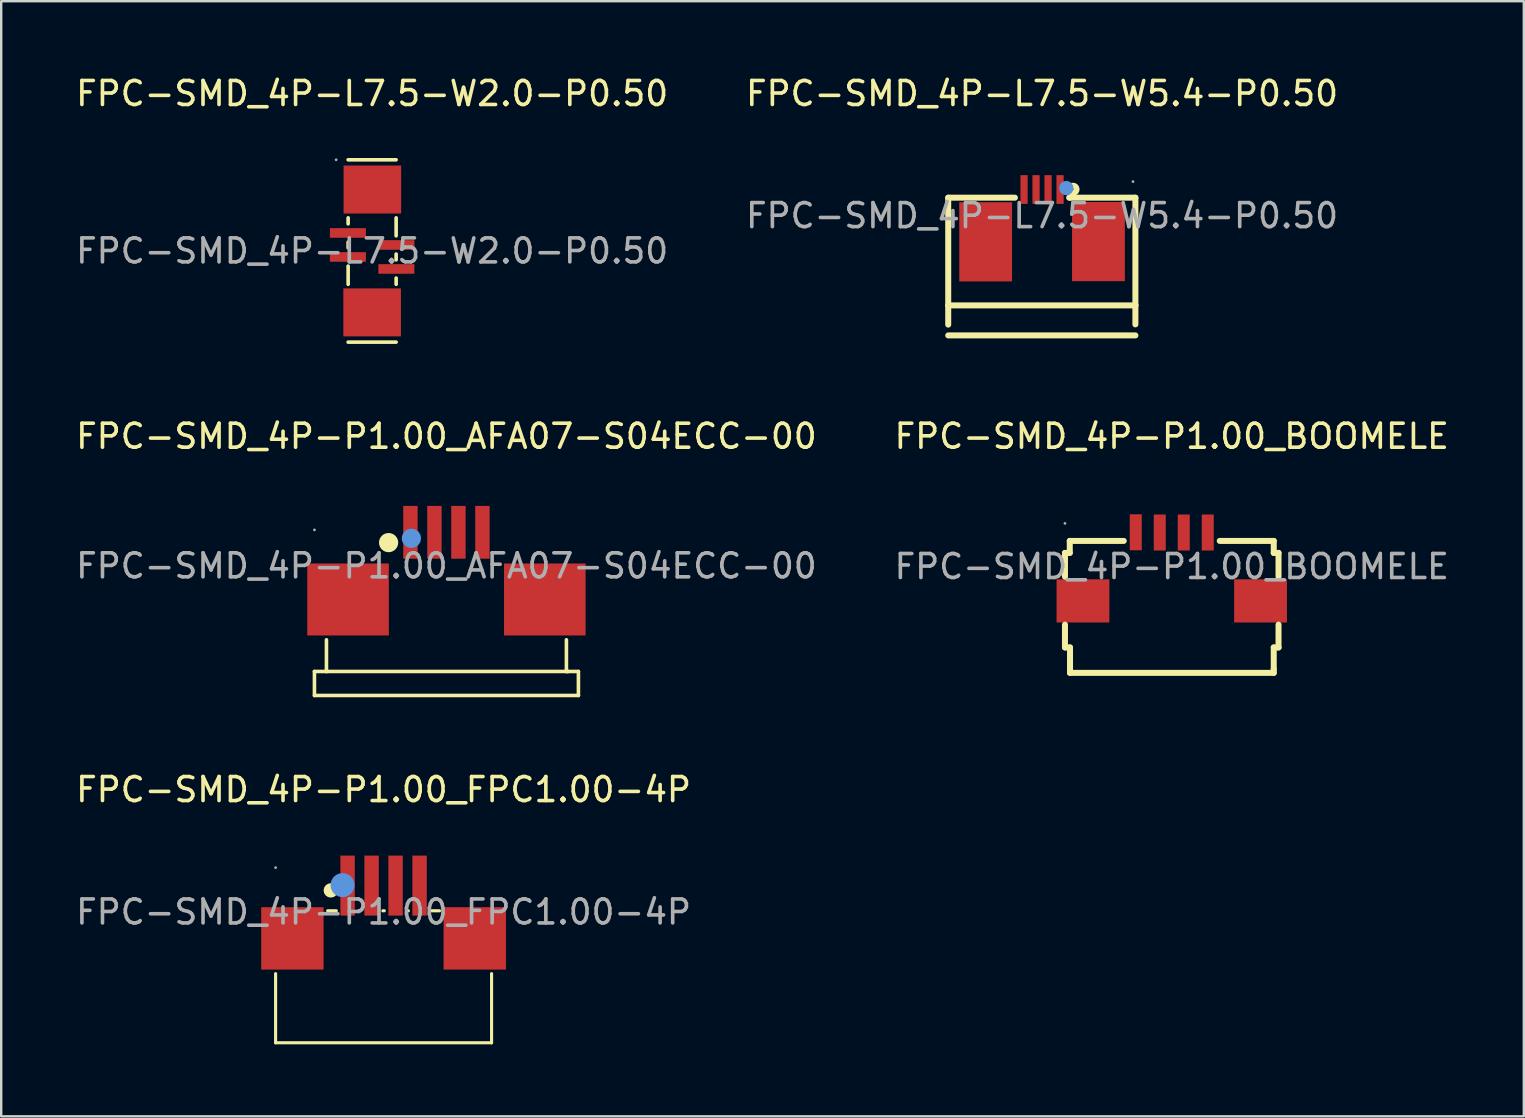
<source format=kicad_pcb>
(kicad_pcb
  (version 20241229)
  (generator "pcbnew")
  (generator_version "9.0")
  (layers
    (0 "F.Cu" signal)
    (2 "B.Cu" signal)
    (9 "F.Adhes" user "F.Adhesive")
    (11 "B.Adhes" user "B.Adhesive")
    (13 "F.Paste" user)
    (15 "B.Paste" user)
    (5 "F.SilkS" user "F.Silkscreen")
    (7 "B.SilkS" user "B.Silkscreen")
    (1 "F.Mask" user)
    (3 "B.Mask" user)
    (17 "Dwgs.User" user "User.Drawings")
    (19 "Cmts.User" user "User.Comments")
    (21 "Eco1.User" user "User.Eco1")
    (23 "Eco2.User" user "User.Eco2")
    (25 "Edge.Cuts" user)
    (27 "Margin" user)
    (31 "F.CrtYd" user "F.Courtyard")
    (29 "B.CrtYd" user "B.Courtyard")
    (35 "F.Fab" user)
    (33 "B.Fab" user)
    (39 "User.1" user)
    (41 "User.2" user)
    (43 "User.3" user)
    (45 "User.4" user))
  (footprint "FPC-SMD_4P-L7.5-W2.0-P0.50"
    (layer "F.Cu")
    (at 12.458 7.408)
    (property "Reference" "FPC-SMD_4P-L7.5-W2.0-P0.50" (at 0 -6.56 0) (layer "F.SilkS") (effects (font (size 1 1) (thickness 0.15))))
    (attr through_hole)
    (fp_line (start -1 -1.38) (end -1 -1.13) (stroke (width 0.15) (type solid)) (layer "F.SilkS"))
    (fp_line (start -1 -0.37) (end -1 -0.13) (stroke (width 0.15) (type solid)) (layer "F.SilkS"))
    (fp_line (start -1 0.63) (end -1 1.39) (stroke (width 0.15) (type solid)) (layer "F.SilkS"))
    (fp_line (start -1 3.8) (end 1 3.8) (stroke (width 0.15) (type solid)) (layer "F.SilkS"))
    (fp_line (start 1 -3.8) (end -1 -3.8) (stroke (width 0.15) (type solid)) (layer "F.SilkS"))
    (fp_line (start 1 -1.38) (end 1 -0.63) (stroke (width 0.15) (type solid)) (layer "F.SilkS"))
    (fp_line (start 1 0.13) (end 1 0.37) (stroke (width 0.15) (type solid)) (layer "F.SilkS"))
    (fp_line (start 1 1.13) (end 1 1.39) (stroke (width 0.15) (type solid)) (layer "F.SilkS"))
    (fp_circle (center -1.5 -3.8) (end -1.47 -3.8) (stroke (width 0.06) (type solid)) (fill no) (layer "F.Fab"))
    (fp_text user "${REFERENCE}" (at 0 0 0) (layer "F.Fab") (effects (font (size 1 1) (thickness 0.15))))
    (pad "1" smd rect (at -1.01 -0.75 270) (size 0.4 1.5) (layers "F.Cu" "F.Mask" "F.Paste"))
    (pad "2" smd rect (at 1.01 -0.25 270) (size 0.4 1.5) (layers "F.Cu" "F.Mask" "F.Paste"))
    (pad "3" smd rect (at -1.01 0.25 270) (size 0.4 1.5) (layers "F.Cu" "F.Mask" "F.Paste"))
    (pad "4" smd rect (at 1.01 0.75 270) (size 0.4 1.5) (layers "F.Cu" "F.Mask" "F.Paste"))
    (pad "5" smd rect (at 0 2.56) (size 2.4 2) (layers "F.Cu" "F.Mask" "F.Paste"))
    (pad "6" smd rect (at 0.01 -2.56) (size 2.4 2) (layers "F.Cu" "F.Mask" "F.Paste")))
  (footprint "FPC-SMD_4P-P1.00_BOOMELE"
    (layer "F.Cu")
    (at 45.78 20.561)
    (property "Reference" "FPC-SMD_4P-P1.00_BOOMELE" (at 0 -5.43 0) (layer "F.SilkS") (effects (font (size 1 1) (thickness 0.15))))
    (attr through_hole)
    (fp_line (start -4.45 -0.57) (end -4.45 0.42) (stroke (width 0.25) (type solid)) (layer "F.SilkS"))
    (fp_line (start -4.45 2.42) (end -4.45 3.37) (stroke (width 0.25) (type solid)) (layer "F.SilkS"))
    (fp_line (start -4.45 3.37) (end -4.24 3.37) (stroke (width 0.25) (type solid)) (layer "F.SilkS"))
    (fp_line (start -4.25 -1.07) (end -4.25 -0.57) (stroke (width 0.25) (type solid)) (layer "F.SilkS"))
    (fp_line (start -4.25 -0.57) (end -4.45 -0.57) (stroke (width 0.25) (type solid)) (layer "F.SilkS"))
    (fp_line (start -4.24 3.37) (end -4.24 4.43) (stroke (width 0.25) (type solid)) (layer "F.SilkS"))
    (fp_line (start -4.24 4.43) (end 4.25 4.43) (stroke (width 0.25) (type solid)) (layer "F.SilkS"))
    (fp_line (start -2 -1.07) (end -4.25 -1.07) (stroke (width 0.25) (type solid)) (layer "F.SilkS"))
    (fp_line (start 2 -1.07) (end 4.25 -1.07) (stroke (width 0.25) (type solid)) (layer "F.SilkS"))
    (fp_line (start 4.25 -1.07) (end 4.25 -0.57) (stroke (width 0.25) (type solid)) (layer "F.SilkS"))
    (fp_line (start 4.25 -0.57) (end 4.45 -0.57) (stroke (width 0.25) (type solid)) (layer "F.SilkS"))
    (fp_line (start 4.25 3.37) (end 4.25 4.27) (stroke (width 0.25) (type solid)) (layer "F.SilkS"))
    (fp_line (start 4.25 4.43) (end 4.25 4.27) (stroke (width 0.25) (type solid)) (layer "F.SilkS"))
    (fp_line (start 4.45 -0.57) (end 4.45 0.42) (stroke (width 0.25) (type solid)) (layer "F.SilkS"))
    (fp_line (start 4.45 2.42) (end 4.45 3.37) (stroke (width 0.25) (type solid)) (layer "F.SilkS"))
    (fp_line (start 4.45 3.37) (end 4.25 3.37) (stroke (width 0.25) (type solid)) (layer "F.SilkS"))
    (fp_circle (center -4.45 -1.8) (end -4.42 -1.8) (stroke (width 0.06) (type solid)) (fill no) (layer "F.Fab"))
    (fp_text user "${REFERENCE}" (at 0 0 0) (layer "F.Fab") (effects (font (size 1 1) (thickness 0.15))))
    (pad "1" smd rect (at 1.5 -1.42) (size 0.5 1.5) (layers "F.Cu" "F.Mask" "F.Paste"))
    (pad "2" smd rect (at 0.5 -1.42) (size 0.5 1.5) (layers "F.Cu" "F.Mask" "F.Paste"))
    (pad "3" smd rect (at -0.5 -1.42) (size 0.5 1.5) (layers "F.Cu" "F.Mask" "F.Paste"))
    (pad "4" smd rect (at -1.5 -1.43) (size 0.5 1.5) (layers "F.Cu" "F.Mask" "F.Paste"))
    (pad "5" smd rect (at -3.7 1.43) (size 2.2 1.8) (layers "F.Cu" "F.Mask" "F.Paste"))
    (pad "6" smd rect (at 3.7 1.43) (size 2.2 1.8) (layers "F.Cu" "F.Mask" "F.Paste")))
  (footprint "FPC-SMD_4P-L7.5-W5.4-P0.50"
    (layer "F.Cu")
    (at 40.375 5.938)
    (property "Reference" "FPC-SMD_4P-L7.5-W5.4-P0.50" (at 0 -5.09 0) (layer "F.SilkS") (effects (font (size 1 1) (thickness 0.15))))
    (attr through_hole)
    (fp_line (start -3.91 -0.75) (end -3.91 3.74) (stroke (width 0.25) (type solid)) (layer "F.SilkS"))
    (fp_line (start -3.91 3.74) (end -3.91 4.54) (stroke (width 0.25) (type solid)) (layer "F.SilkS"))
    (fp_line (start -3.91 3.74) (end 3.89 3.74) (stroke (width 0.25) (type solid)) (layer "F.SilkS"))
    (fp_line (start -3.91 4.99) (end 3.89 4.99) (stroke (width 0.25) (type solid)) (layer "F.SilkS"))
    (fp_line (start -1.13 -0.75) (end -3.91 -0.75) (stroke (width 0.25) (type solid)) (layer "F.SilkS"))
    (fp_line (start 1.16 -0.75) (end 1.13 -0.75) (stroke (width 0.25) (type solid)) (layer "F.SilkS"))
    (fp_line (start 1.16 -0.75) (end 3.89 -0.75) (stroke (width 0.25) (type solid)) (layer "F.SilkS"))
    (fp_line (start 3.89 -0.75) (end 3.89 3.73) (stroke (width 0.25) (type solid)) (layer "F.SilkS"))
    (fp_line (start 3.89 3.73) (end 3.89 4.53) (stroke (width 0.25) (type solid)) (layer "F.SilkS"))
    (fp_circle (center 1.29 -1.1) (end 1.44 -1.1) (stroke (width 0.25) (type solid)) (fill no) (layer "F.SilkS"))
    (fp_circle (center 1.01 -1.15) (end 1.16 -1.15) (stroke (width 0.3) (type solid)) (fill no) (layer "Cmts.User"))
    (fp_circle (center 3.79 -1.42) (end 3.82 -1.42) (stroke (width 0.06) (type solid)) (fill no) (layer "F.Fab"))
    (fp_text user "${REFERENCE}" (at 0 0 0) (layer "F.Fab") (effects (font (size 1 1) (thickness 0.15))))
    (pad "1" smd rect (at 0.75 -1.09 180) (size 0.3 1.2) (layers "F.Cu" "F.Mask" "F.Paste"))
    (pad "2" smd rect (at 0.25 -1.09 180) (size 0.3 1.2) (layers "F.Cu" "F.Mask" "F.Paste"))
    (pad "3" smd rect (at -0.25 -1.09 180) (size 0.3 1.2) (layers "F.Cu" "F.Mask" "F.Paste"))
    (pad "4" smd rect (at -0.75 -1.09 180) (size 0.3 1.2) (layers "F.Cu" "F.Mask" "F.Paste"))
    (pad "5" smd rect (at -2.35 1.09) (size 2.2 3.3) (layers "F.Cu" "F.Mask" "F.Paste"))
    (pad "6" smd rect (at 2.35 1.08 180) (size 2.2 3.3) (layers "F.Cu" "F.Mask" "F.Paste")))
  (footprint "FPC-SMD_4P-P1.00_FPC1.00-4P"
    (layer "F.Cu")
    (at 12.935 34.955)
    (property "Reference" "FPC-SMD_4P-P1.00_FPC1.00-4P" (at 0 -5.1 0) (layer "F.SilkS") (effects (font (size 1 1) (thickness 0.15))))
    (attr through_hole)
    (fp_line (start -4.5 5.45) (end -4.5 2.57) (stroke (width 0.13) (type solid)) (layer "F.SilkS"))
    (fp_line (start -1.97 -0.05) (end -2.33 -0.05) (stroke (width 0.13) (type solid)) (layer "F.SilkS"))
    (fp_line (start -0.97 -0.05) (end -1.03 -0.05) (stroke (width 0.13) (type solid)) (layer "F.SilkS"))
    (fp_line (start 0.03 -0.05) (end -0.03 -0.05) (stroke (width 0.13) (type solid)) (layer "F.SilkS"))
    (fp_line (start 1.03 -0.05) (end 0.97 -0.05) (stroke (width 0.13) (type solid)) (layer "F.SilkS"))
    (fp_line (start 2.33 -0.05) (end 1.97 -0.05) (stroke (width 0.13) (type solid)) (layer "F.SilkS"))
    (fp_line (start 4.5 2.57) (end 4.5 5.45) (stroke (width 0.13) (type solid)) (layer "F.SilkS"))
    (fp_line (start 4.5 5.45) (end -4.5 5.45) (stroke (width 0.13) (type solid)) (layer "F.SilkS"))
    (fp_arc (start -2.2 -0.9) (mid -2.2 -0.9) (end -2.2 -0.9) (stroke (width 0.3) (type solid)) (layer "F.SilkS"))
    (fp_circle (center -1.71 -1.12) (end -1.46 -1.12) (stroke (width 0.5) (type solid)) (fill no) (layer "Cmts.User"))
    (fp_circle (center -4.5 -1.85) (end -4.47 -1.85) (stroke (width 0.06) (type solid)) (fill no) (layer "F.Fab"))
    (fp_text user "${REFERENCE}" (at 0 0 0) (layer "F.Fab") (effects (font (size 1 1) (thickness 0.15))))
    (pad "1" smd rect (at -1.5 -1.1 180) (size 0.6 2.5) (layers "F.Cu" "F.Mask" "F.Paste"))
    (pad "2" smd rect (at -0.5 -1.1 180) (size 0.6 2.5) (layers "F.Cu" "F.Mask" "F.Paste"))
    (pad "3" smd rect (at 0.5 -1.1 180) (size 0.6 2.5) (layers "F.Cu" "F.Mask" "F.Paste"))
    (pad "4" smd rect (at 1.5 -1.1 180) (size 0.6 2.5) (layers "F.Cu" "F.Mask" "F.Paste"))
    (pad "5" smd rect (at 3.8 1.1) (size 2.6 2.6) (layers "F.Cu" "F.Mask" "F.Paste"))
    (pad "6" smd rect (at -3.8 1.1) (size 2.6 2.6) (layers "F.Cu" "F.Mask" "F.Paste")))
  (footprint "FPC-SMD_4P-P1.00_AFA07-S04ECC-00"
    (layer "F.Cu")
    (at 15.554 20.532)
    (property "Reference" "FPC-SMD_4P-P1.00_AFA07-S04ECC-00" (at 0 -5.4 0) (layer "F.SilkS") (effects (font (size 1 1) (thickness 0.15))))
    (attr through_hole)
    (fp_line (start -5.5 4.4) (end -5 4.4) (stroke (width 0.15) (type solid)) (layer "F.SilkS"))
    (fp_line (start -5.5 5.4) (end -5.5 4.4) (stroke (width 0.15) (type solid)) (layer "F.SilkS"))
    (fp_line (start -5 4.4) (end -5 3.08) (stroke (width 0.15) (type solid)) (layer "F.SilkS"))
    (fp_line (start -5 4.4) (end 5.07 4.4) (stroke (width 0.15) (type solid)) (layer "F.SilkS"))
    (fp_line (start 5 4.4) (end 5 3.08) (stroke (width 0.15) (type solid)) (layer "F.SilkS"))
    (fp_line (start 5.5 4.4) (end 5 4.4) (stroke (width 0.15) (type solid)) (layer "F.SilkS"))
    (fp_line (start 5.5 4.4) (end 5.5 5.4) (stroke (width 0.15) (type solid)) (layer "F.SilkS"))
    (fp_line (start 5.5 5.4) (end -5.5 5.4) (stroke (width 0.15) (type solid)) (layer "F.SilkS"))
    (fp_circle (center -2.41 -0.97) (end -2.21 -0.97) (stroke (width 0.4) (type solid)) (fill no) (layer "F.SilkS"))
    (fp_circle (center -1.46 -1.15) (end -1.26 -1.15) (stroke (width 0.4) (type solid)) (fill no) (layer "Cmts.User"))
    (fp_circle (center -5.5 -1.5) (end -5.47 -1.5) (stroke (width 0.06) (type solid)) (fill no) (layer "F.Fab"))
    (fp_text user "${REFERENCE}" (at 0 0 0) (layer "F.Fab") (effects (font (size 1 1) (thickness 0.15))))
    (pad "1" smd rect (at -1.5 -1.4) (size 0.6 2.2) (layers "F.Cu" "F.Mask" "F.Paste"))
    (pad "2" smd rect (at -0.5 -1.4) (size 0.6 2.2) (layers "F.Cu" "F.Mask" "F.Paste"))
    (pad "3" smd rect (at 0.5 -1.4) (size 0.6 2.2) (layers "F.Cu" "F.Mask" "F.Paste"))
    (pad "4" smd rect (at 1.5 -1.4) (size 0.6 2.2) (layers "F.Cu" "F.Mask" "F.Paste"))
    (pad "5" smd rect (at 4.1 1.4) (size 3.4 3) (layers "F.Cu" "F.Mask" "F.Paste"))
    (pad "6" smd rect (at -4.1 1.4) (size 3.4 3) (layers "F.Cu" "F.Mask" "F.Paste")))
  (gr_rect
    (start -3 -3)
    (end 60.452 43.47)
    (stroke (width 0.1) (type default))
    (fill no)
    (layer "Edge.Cuts")))
</source>
